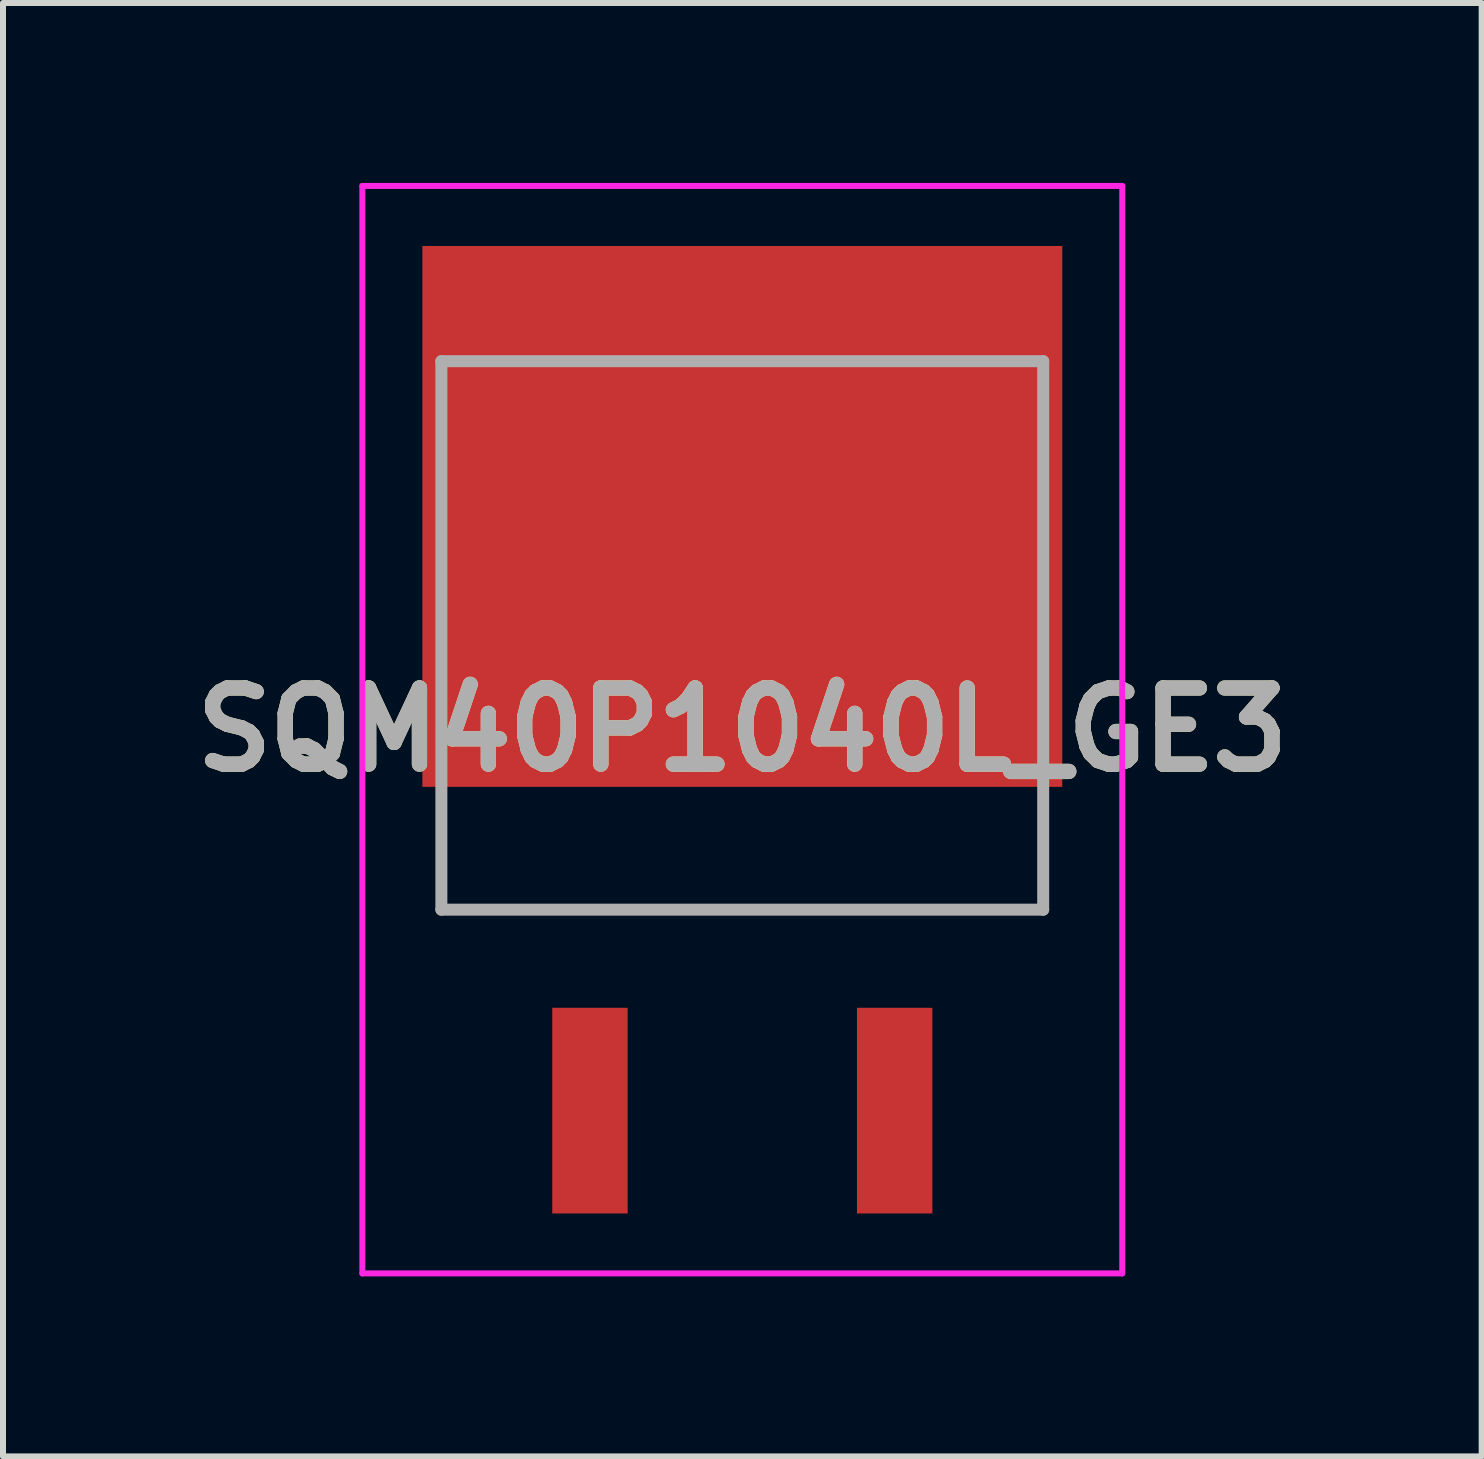
<source format=kicad_pcb>
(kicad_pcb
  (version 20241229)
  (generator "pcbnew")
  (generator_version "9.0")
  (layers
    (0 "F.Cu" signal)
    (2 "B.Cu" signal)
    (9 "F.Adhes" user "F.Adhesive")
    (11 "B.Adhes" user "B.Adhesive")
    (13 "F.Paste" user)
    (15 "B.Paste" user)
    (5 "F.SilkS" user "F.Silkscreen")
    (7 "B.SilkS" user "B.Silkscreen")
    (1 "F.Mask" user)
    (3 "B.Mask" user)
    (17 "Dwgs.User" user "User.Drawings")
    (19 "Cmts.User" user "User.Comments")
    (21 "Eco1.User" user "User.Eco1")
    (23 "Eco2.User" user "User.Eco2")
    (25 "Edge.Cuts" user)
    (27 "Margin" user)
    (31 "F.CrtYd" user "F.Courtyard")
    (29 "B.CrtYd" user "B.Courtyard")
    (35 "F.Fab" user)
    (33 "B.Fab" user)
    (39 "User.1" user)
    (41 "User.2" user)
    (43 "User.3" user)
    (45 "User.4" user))
  (footprint "SQM40P1040L_GE3"
    (layer "F.Cu")
    (at 9.325 5.559)
    (property "Reference" "SQM40P1040L_GE3" (at 0 3.556 0) (layer "F.SilkS") (effects (font (size 1.27 1.27) (thickness 0.254))))
    (attr smd)
    (fp_line (start -5.017 5.25) (end -5.017 6.556) (stroke (width 0.1) (type solid)) (layer "F.SilkS"))
    (fp_line (start -5.017 6.556) (end -5.017 6.556) (stroke (width 0.1) (type solid)) (layer "F.SilkS"))
    (fp_line (start -5.017 6.556) (end -5 6.556) (stroke (width 0.1) (type solid)) (layer "F.SilkS"))
    (fp_line (start -5.017 6.556) (end 5.016 6.556) (stroke (width 0.1) (type solid)) (layer "F.SilkS"))
    (fp_line (start -5 5.25) (end -5.017 5.25) (stroke (width 0.1) (type solid)) (layer "F.SilkS"))
    (fp_line (start -5 6.556) (end -5 5.25) (stroke (width 0.1) (type solid)) (layer "F.SilkS"))
    (fp_line (start 5.016 5) (end 5.016 5) (stroke (width 0.1) (type solid)) (layer "F.SilkS"))
    (fp_line (start 5.016 5) (end 5.016 6.556) (stroke (width 0.1) (type solid)) (layer "F.SilkS"))
    (fp_line (start 5.016 6.556) (end -5.017 6.556) (stroke (width 0.1) (type solid)) (layer "F.SilkS"))
    (fp_line (start 5.016 6.556) (end 5.016 5) (stroke (width 0.1) (type solid)) (layer "F.SilkS"))
    (fp_line (start 5.016 6.556) (end 5.016 6.556) (stroke (width 0.1) (type solid)) (layer "F.SilkS"))
    (fp_line (start 5.016 6.556) (end 5.016 6.556) (stroke (width 0.1) (type solid)) (layer "F.SilkS"))
    (fp_line (start -6.334 -5.509) (end 6.334 -5.509) (stroke (width 0.1) (type solid)) (layer "F.CrtYd"))
    (fp_line (start -6.334 12.62) (end -6.334 -5.509) (stroke (width 0.1) (type solid)) (layer "F.CrtYd"))
    (fp_line (start 6.334 -5.509) (end 6.334 12.62) (stroke (width 0.1) (type solid)) (layer "F.CrtYd"))
    (fp_line (start 6.334 12.62) (end -6.334 12.62) (stroke (width 0.1) (type solid)) (layer "F.CrtYd"))
    (fp_line (start -5.017 -2.588) (end -5.017 6.556) (stroke (width 0.2) (type solid)) (layer "F.Fab"))
    (fp_line (start -5.017 6.556) (end 5.016 6.556) (stroke (width 0.2) (type solid)) (layer "F.Fab"))
    (fp_line (start 5.016 -2.588) (end -5.017 -2.588) (stroke (width 0.2) (type solid)) (layer "F.Fab"))
    (fp_line (start 5.016 6.556) (end 5.016 -2.588) (stroke (width 0.2) (type solid)) (layer "F.Fab"))
    (fp_text user "${REFERENCE}" (at 0 3.556 0) (layer "F.Fab") (effects (font (size 1.27 1.27) (thickness 0.254))))
    (pad "1" smd rect (at -2.54 9.906) (size 1.257 3.429) (layers "F.Cu" "F.Mask" "F.Paste"))
    (pad "2" smd rect (at 0 0 90) (size 9.017 10.668) (layers "F.Cu" "F.Mask" "F.Paste"))
    (pad "3" smd rect (at 2.54 9.906) (size 1.257 3.429) (layers "F.Cu" "F.Mask" "F.Paste")))
  (gr_rect
    (start -3 -3)
    (end 21.651 21.229)
    (stroke (width 0.1) (type default))
    (fill no)
    (layer "Edge.Cuts")))
</source>
